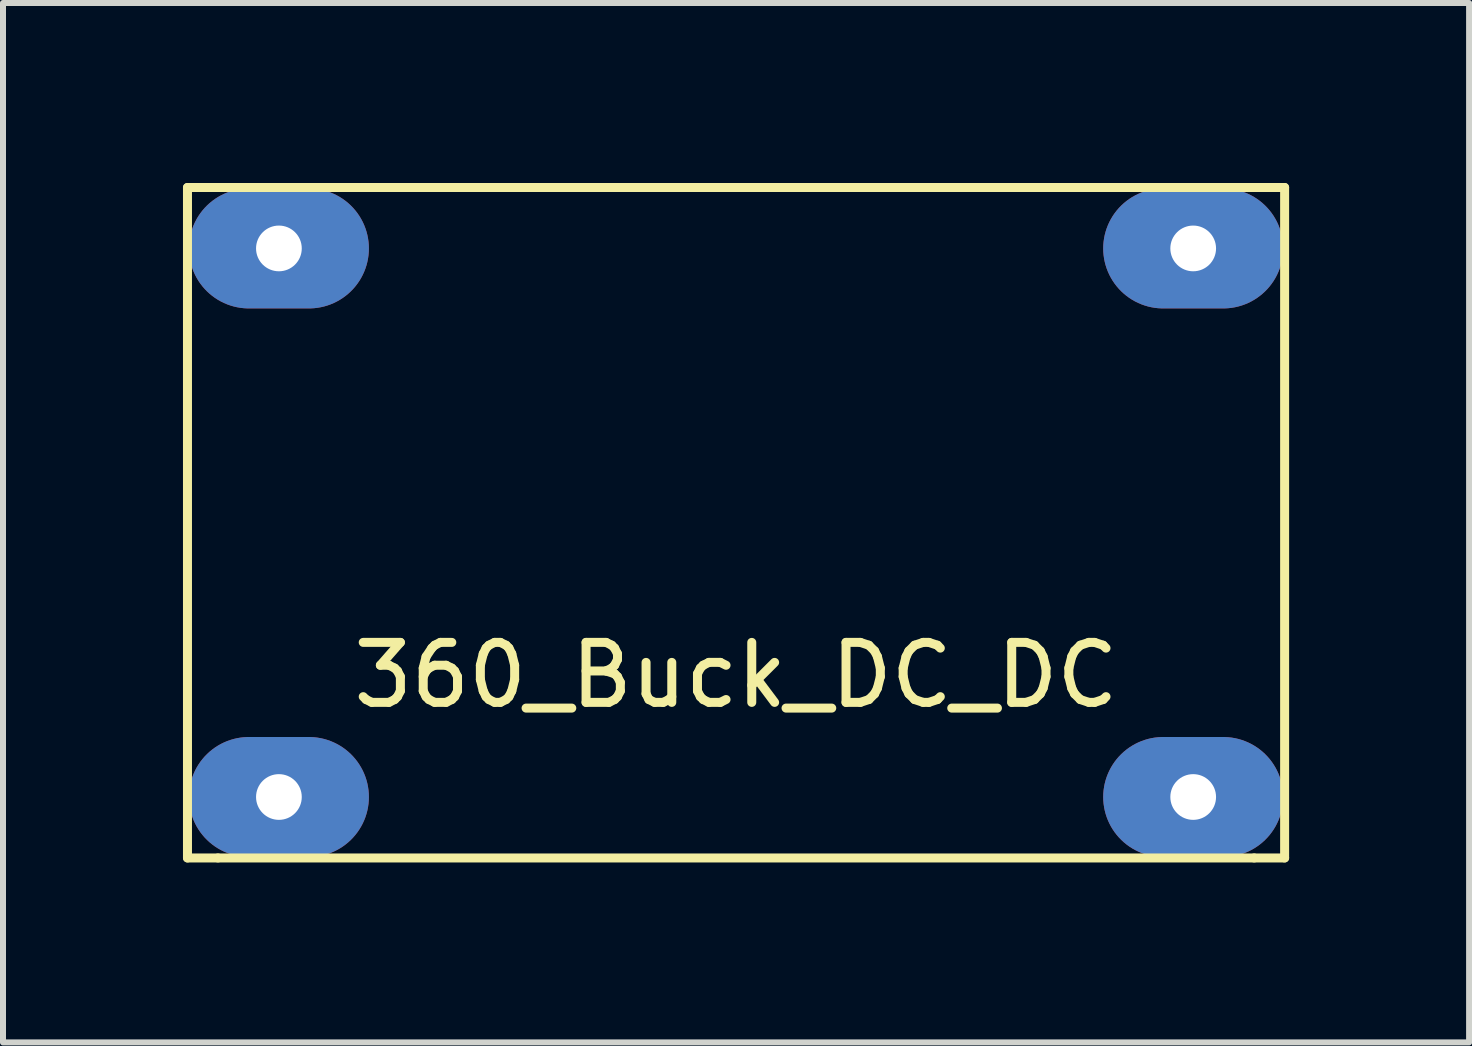
<source format=kicad_pcb>
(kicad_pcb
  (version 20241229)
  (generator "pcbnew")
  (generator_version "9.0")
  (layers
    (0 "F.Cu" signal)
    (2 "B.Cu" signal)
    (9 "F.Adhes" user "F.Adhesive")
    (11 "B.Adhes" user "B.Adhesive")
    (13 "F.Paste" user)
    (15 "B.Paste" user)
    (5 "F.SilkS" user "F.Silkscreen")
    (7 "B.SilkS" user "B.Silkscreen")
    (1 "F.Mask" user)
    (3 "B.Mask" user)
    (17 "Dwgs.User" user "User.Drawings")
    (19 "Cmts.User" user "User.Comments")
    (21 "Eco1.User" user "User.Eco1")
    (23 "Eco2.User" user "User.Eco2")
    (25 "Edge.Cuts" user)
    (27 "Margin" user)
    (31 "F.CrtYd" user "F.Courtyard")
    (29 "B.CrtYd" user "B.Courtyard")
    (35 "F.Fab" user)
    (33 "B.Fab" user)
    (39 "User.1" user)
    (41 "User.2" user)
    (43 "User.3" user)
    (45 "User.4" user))
  (footprint "360_Buck_DC_DC"
    (layer "F.Cu")
    (at 9.219 5.663)
    (property "Reference" "360_Buck_DC_DC" (at 0 2.54 0) (layer "F.SilkS") (effects (font (size 1 1) (thickness 0.15))))
    (attr through_hole)
    (fp_line (start -9.144 -5.588) (end -9.144 5.588) (stroke (width 0.15) (type solid)) (layer "F.SilkS"))
    (fp_line (start -9.144 5.588) (end -8.636 5.588) (stroke (width 0.15) (type solid)) (layer "F.SilkS"))
    (fp_line (start -8.636 -5.588) (end -9.144 -5.588) (stroke (width 0.15) (type solid)) (layer "F.SilkS"))
    (fp_line (start -8.636 -5.588) (end 8.636 -5.588) (stroke (width 0.15) (type solid)) (layer "F.SilkS"))
    (fp_line (start 8.636 5.588) (end -8.636 5.588) (stroke (width 0.15) (type solid)) (layer "F.SilkS"))
    (fp_line (start 8.636 5.588) (end 9.144 5.588) (stroke (width 0.15) (type solid)) (layer "F.SilkS"))
    (fp_line (start 9.144 -5.588) (end 8.636 -5.588) (stroke (width 0.15) (type solid)) (layer "F.SilkS"))
    (fp_line (start 9.144 5.588) (end 9.144 -5.588) (stroke (width 0.15) (type solid)) (layer "F.SilkS"))
    (pad "1" thru_hole oval (at -7.62 -4.572) (size 3 2) (drill 0.762) (layers "*.Cu" "*.Mask"))
    (pad "2" thru_hole oval (at -7.62 4.572) (size 3 2) (drill 0.762) (layers "*.Cu" "*.Mask"))
    (pad "3" thru_hole oval (at 7.62 -4.572) (size 3 2) (drill 0.762) (layers "*.Cu" "*.Mask"))
    (pad "4" thru_hole oval (at 7.62 4.572) (size 3 2) (drill 0.762) (layers "*.Cu" "*.Mask")))
  (gr_rect
    (start -3 -3)
    (end 21.438 14.326)
    (stroke (width 0.1) (type default))
    (fill no)
    (layer "Edge.Cuts")))
</source>
